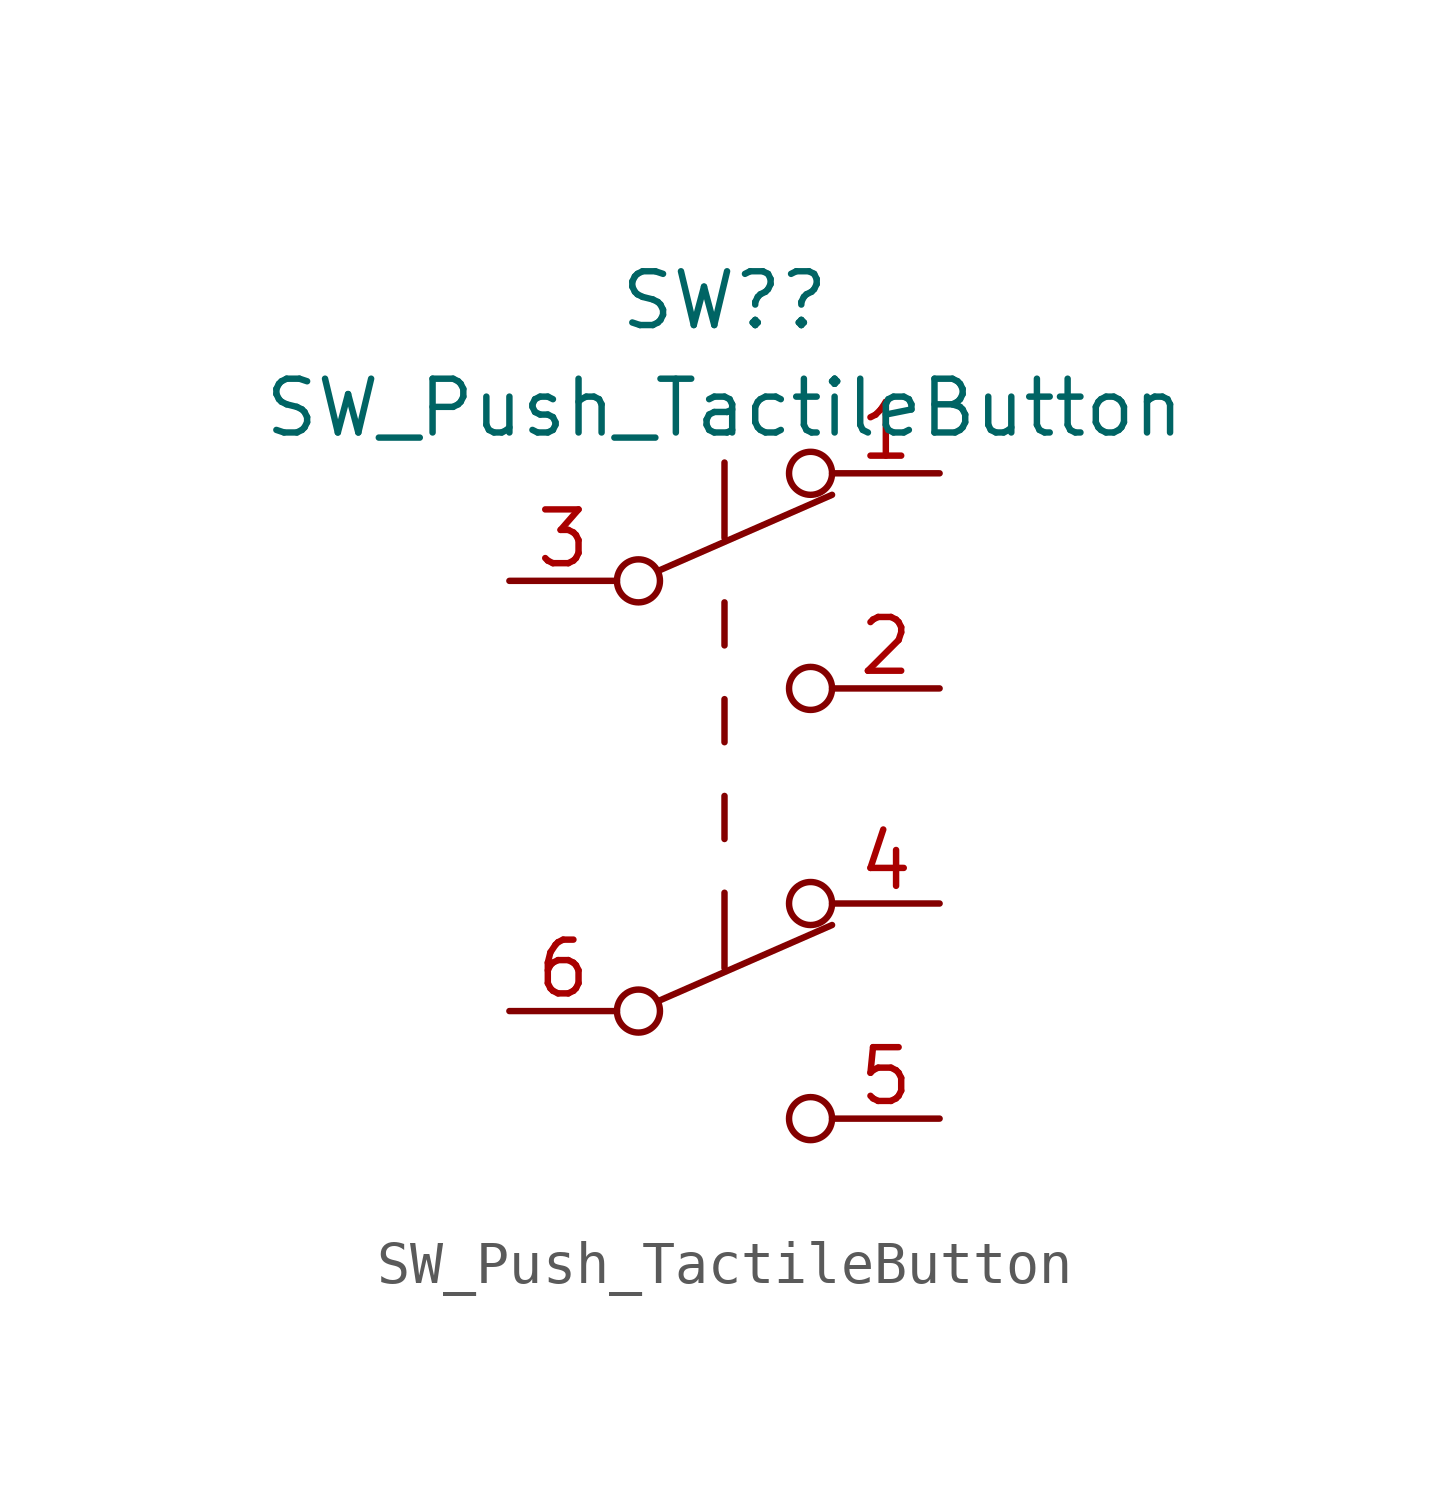
<source format=kicad_sym>
(kicad_symbol_lib
  (version 20211014)
  (generator kicad_symbol_editor)
  (symbol "SW_Push_TactileButton"
    (pin_names
      (offset 0) hide)
    (property "Reference" "SW?"
      (at 0 11.701 0)
      (effects (font (size 1.27 1.27))))
    (property "Value" "SW_Push_TactileButton"
      (at 0 9.164 0)
      (effects (font (size 1.27 1.27))))
    (symbol "SW_Push_TactileButton_0_0"
      (circle (center -2.032 -5.08) (radius 0.508) (stroke (width 0) (type default) (color 0 0 0 0)) (fill (type none)))
      (circle (center -2.032 5.08) (radius 0.508) (stroke (width 0) (type default) (color 0 0 0 0)) (fill (type none)))
      (circle (center 2.032 -7.62) (radius 0.508) (stroke (width 0) (type default) (color 0 0 0 0)) (fill (type none)))
      (circle (center 2.032 2.54) (radius 0.508) (stroke (width 0) (type default) (color 0 0 0 0)) (fill (type none))))
    (symbol "SW_Push_TactileButton_0_1"
      (polyline (pts (xy -1.524 -4.826) (xy 2.54 -3.048)) (stroke (width 0) (type default) (color 0 0 0 0)) (fill (type none)))
      (polyline (pts (xy -1.524 5.334) (xy 2.54 7.112)) (stroke (width 0) (type default) (color 0 0 0 0)) (fill (type none)))
      (polyline (pts (xy 0 -2.286) (xy 0 -4.064)) (stroke (width 0) (type default) (color 0 0 0 0)) (fill (type none)))
      (polyline (pts (xy 0 -1.016) (xy 0 0)) (stroke (width 0) (type default) (color 0 0 0 0)) (fill (type none)))
      (polyline (pts (xy 0 1.27) (xy 0 2.286)) (stroke (width 0) (type default) (color 0 0 0 0)) (fill (type none)))
      (polyline (pts (xy 0 3.556) (xy 0 4.572)) (stroke (width 0) (type default) (color 0 0 0 0)) (fill (type none)))
      (polyline (pts (xy 0 7.874) (xy 0 6.096)) (stroke (width 0) (type default) (color 0 0 0 0)) (fill (type none)))
      (circle (center 2.032 -2.54) (radius 0.508) (stroke (width 0) (type default) (color 0 0 0 0)) (fill (type none)))
      (circle (center 2.032 7.62) (radius 0.508) (stroke (width 0) (type default) (color 0 0 0 0)) (fill (type none))))
    (symbol "SW_Push_TactileButton_1_1"
      (pin passive line (at 5.08 7.62 180) (length 2.54) (name "A" (effects (font (size 1.27 1.27)))) (number "1" (effects (font (size 1.27 1.27)))))
      (pin passive line (at 5.08 2.54 180) (length 2.54) (name "C" (effects (font (size 1.27 1.27)))) (number "2" (effects (font (size 1.27 1.27)))))
      (pin passive line (at -5.08 5.08 0) (length 2.54) (name "B" (effects (font (size 1.27 1.27)))) (number "3" (effects (font (size 1.27 1.27)))))
      (pin passive line (at 5.08 -2.54 180) (length 2.54) (name "A" (effects (font (size 1.27 1.27)))) (number "4" (effects (font (size 1.27 1.27)))))
      (pin passive line (at 5.08 -7.62 180) (length 2.54) (name "C" (effects (font (size 1.27 1.27)))) (number "5" (effects (font (size 1.27 1.27)))))
      (pin passive line (at -5.08 -5.08 0) (length 2.54) (name "B" (effects (font (size 1.27 1.27)))) (number "6" (effects (font (size 1.27 1.27))))))))
</source>
